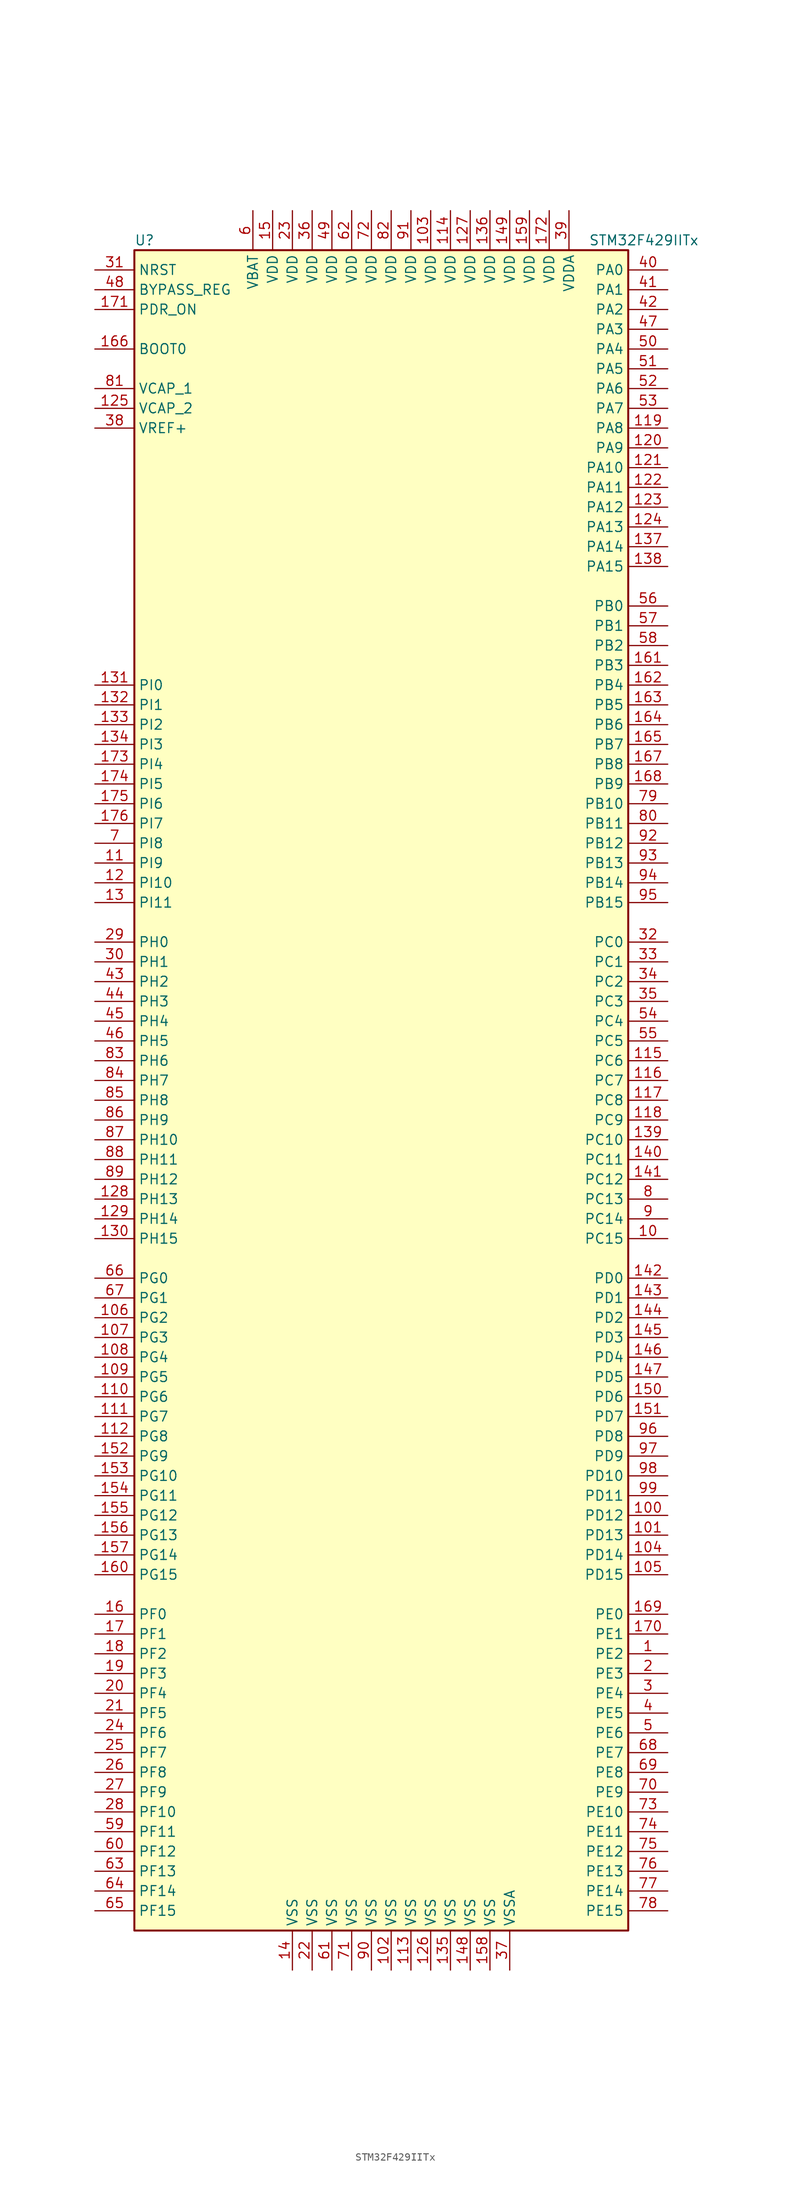
<source format=kicad_sym>
(kicad_symbol_lib
  (version 20211014)
  (generator kicad_symbol_editor)
  (symbol "STM32F429IITx"
    (property "Reference" "U"
      (at -33.02 107.95 0)
      (effects (font (size 1.27 1.27)) (justify left)))
    (property "Value" "STM32F429IITx"
      (at 25.4 107.95 0)
      (effects (font (size 1.27 1.27)) (justify left)))
    (symbol "STM32F429IITx_0_1"
      (rectangle (start -33.02 -109.22) (end 30.48 106.68) (stroke (width 0.254) (type default) (color 0 0 0 0)) (fill (type background))))
    (symbol "STM32F429IITx_1_1"
      (pin bidirectional line (at 35.56 -73.66 180) (length 5.08) (name "PE2" (effects (font (size 1.27 1.27)))) (number "1" (effects (font (size 1.27 1.27)))))
      (pin bidirectional line (at 35.56 -20.32 180) (length 5.08) (name "PC15" (effects (font (size 1.27 1.27)))) (number "10" (effects (font (size 1.27 1.27)))))
      (pin bidirectional line (at 35.56 -55.88 180) (length 5.08) (name "PD12" (effects (font (size 1.27 1.27)))) (number "100" (effects (font (size 1.27 1.27)))))
      (pin bidirectional line (at 35.56 -58.42 180) (length 5.08) (name "PD13" (effects (font (size 1.27 1.27)))) (number "101" (effects (font (size 1.27 1.27)))))
      (pin power_in line (at 0 -114.3 90) (length 5.08) (name "VSS" (effects (font (size 1.27 1.27)))) (number "102" (effects (font (size 1.27 1.27)))))
      (pin power_in line (at 5.08 111.76 270) (length 5.08) (name "VDD" (effects (font (size 1.27 1.27)))) (number "103" (effects (font (size 1.27 1.27)))))
      (pin bidirectional line (at 35.56 -60.96 180) (length 5.08) (name "PD14" (effects (font (size 1.27 1.27)))) (number "104" (effects (font (size 1.27 1.27)))))
      (pin bidirectional line (at 35.56 -63.5 180) (length 5.08) (name "PD15" (effects (font (size 1.27 1.27)))) (number "105" (effects (font (size 1.27 1.27)))))
      (pin bidirectional line (at -38.1 -30.48 0) (length 5.08) (name "PG2" (effects (font (size 1.27 1.27)))) (number "106" (effects (font (size 1.27 1.27)))))
      (pin bidirectional line (at -38.1 -33.02 0) (length 5.08) (name "PG3" (effects (font (size 1.27 1.27)))) (number "107" (effects (font (size 1.27 1.27)))))
      (pin bidirectional line (at -38.1 -35.56 0) (length 5.08) (name "PG4" (effects (font (size 1.27 1.27)))) (number "108" (effects (font (size 1.27 1.27)))))
      (pin bidirectional line (at -38.1 -38.1 0) (length 5.08) (name "PG5" (effects (font (size 1.27 1.27)))) (number "109" (effects (font (size 1.27 1.27)))))
      (pin bidirectional line (at -38.1 27.94 0) (length 5.08) (name "PI9" (effects (font (size 1.27 1.27)))) (number "11" (effects (font (size 1.27 1.27)))))
      (pin bidirectional line (at -38.1 -40.64 0) (length 5.08) (name "PG6" (effects (font (size 1.27 1.27)))) (number "110" (effects (font (size 1.27 1.27)))))
      (pin bidirectional line (at -38.1 -43.18 0) (length 5.08) (name "PG7" (effects (font (size 1.27 1.27)))) (number "111" (effects (font (size 1.27 1.27)))))
      (pin bidirectional line (at -38.1 -45.72 0) (length 5.08) (name "PG8" (effects (font (size 1.27 1.27)))) (number "112" (effects (font (size 1.27 1.27)))))
      (pin power_in line (at 2.54 -114.3 90) (length 5.08) (name "VSS" (effects (font (size 1.27 1.27)))) (number "113" (effects (font (size 1.27 1.27)))))
      (pin power_in line (at 7.62 111.76 270) (length 5.08) (name "VDD" (effects (font (size 1.27 1.27)))) (number "114" (effects (font (size 1.27 1.27)))))
      (pin bidirectional line (at 35.56 2.54 180) (length 5.08) (name "PC6" (effects (font (size 1.27 1.27)))) (number "115" (effects (font (size 1.27 1.27)))))
      (pin bidirectional line (at 35.56 0 180) (length 5.08) (name "PC7" (effects (font (size 1.27 1.27)))) (number "116" (effects (font (size 1.27 1.27)))))
      (pin bidirectional line (at 35.56 -2.54 180) (length 5.08) (name "PC8" (effects (font (size 1.27 1.27)))) (number "117" (effects (font (size 1.27 1.27)))))
      (pin bidirectional line (at 35.56 -5.08 180) (length 5.08) (name "PC9" (effects (font (size 1.27 1.27)))) (number "118" (effects (font (size 1.27 1.27)))))
      (pin bidirectional line (at 35.56 83.82 180) (length 5.08) (name "PA8" (effects (font (size 1.27 1.27)))) (number "119" (effects (font (size 1.27 1.27)))))
      (pin bidirectional line (at -38.1 25.4 0) (length 5.08) (name "PI10" (effects (font (size 1.27 1.27)))) (number "12" (effects (font (size 1.27 1.27)))))
      (pin bidirectional line (at 35.56 81.28 180) (length 5.08) (name "PA9" (effects (font (size 1.27 1.27)))) (number "120" (effects (font (size 1.27 1.27)))))
      (pin bidirectional line (at 35.56 78.74 180) (length 5.08) (name "PA10" (effects (font (size 1.27 1.27)))) (number "121" (effects (font (size 1.27 1.27)))))
      (pin bidirectional line (at 35.56 76.2 180) (length 5.08) (name "PA11" (effects (font (size 1.27 1.27)))) (number "122" (effects (font (size 1.27 1.27)))))
      (pin bidirectional line (at 35.56 73.66 180) (length 5.08) (name "PA12" (effects (font (size 1.27 1.27)))) (number "123" (effects (font (size 1.27 1.27)))))
      (pin bidirectional line (at 35.56 71.12 180) (length 5.08) (name "PA13" (effects (font (size 1.27 1.27)))) (number "124" (effects (font (size 1.27 1.27)))))
      (pin power_in line (at -38.1 86.36 0) (length 5.08) (name "VCAP_2" (effects (font (size 1.27 1.27)))) (number "125" (effects (font (size 1.27 1.27)))))
      (pin power_in line (at 5.08 -114.3 90) (length 5.08) (name "VSS" (effects (font (size 1.27 1.27)))) (number "126" (effects (font (size 1.27 1.27)))))
      (pin power_in line (at 10.16 111.76 270) (length 5.08) (name "VDD" (effects (font (size 1.27 1.27)))) (number "127" (effects (font (size 1.27 1.27)))))
      (pin bidirectional line (at -38.1 -15.24 0) (length 5.08) (name "PH13" (effects (font (size 1.27 1.27)))) (number "128" (effects (font (size 1.27 1.27)))))
      (pin bidirectional line (at -38.1 -17.78 0) (length 5.08) (name "PH14" (effects (font (size 1.27 1.27)))) (number "129" (effects (font (size 1.27 1.27)))))
      (pin bidirectional line (at -38.1 22.86 0) (length 5.08) (name "PI11" (effects (font (size 1.27 1.27)))) (number "13" (effects (font (size 1.27 1.27)))))
      (pin bidirectional line (at -38.1 -20.32 0) (length 5.08) (name "PH15" (effects (font (size 1.27 1.27)))) (number "130" (effects (font (size 1.27 1.27)))))
      (pin bidirectional line (at -38.1 50.8 0) (length 5.08) (name "PI0" (effects (font (size 1.27 1.27)))) (number "131" (effects (font (size 1.27 1.27)))))
      (pin bidirectional line (at -38.1 48.26 0) (length 5.08) (name "PI1" (effects (font (size 1.27 1.27)))) (number "132" (effects (font (size 1.27 1.27)))))
      (pin bidirectional line (at -38.1 45.72 0) (length 5.08) (name "PI2" (effects (font (size 1.27 1.27)))) (number "133" (effects (font (size 1.27 1.27)))))
      (pin bidirectional line (at -38.1 43.18 0) (length 5.08) (name "PI3" (effects (font (size 1.27 1.27)))) (number "134" (effects (font (size 1.27 1.27)))))
      (pin power_in line (at 7.62 -114.3 90) (length 5.08) (name "VSS" (effects (font (size 1.27 1.27)))) (number "135" (effects (font (size 1.27 1.27)))))
      (pin power_in line (at 12.7 111.76 270) (length 5.08) (name "VDD" (effects (font (size 1.27 1.27)))) (number "136" (effects (font (size 1.27 1.27)))))
      (pin bidirectional line (at 35.56 68.58 180) (length 5.08) (name "PA14" (effects (font (size 1.27 1.27)))) (number "137" (effects (font (size 1.27 1.27)))))
      (pin bidirectional line (at 35.56 66.04 180) (length 5.08) (name "PA15" (effects (font (size 1.27 1.27)))) (number "138" (effects (font (size 1.27 1.27)))))
      (pin bidirectional line (at 35.56 -7.62 180) (length 5.08) (name "PC10" (effects (font (size 1.27 1.27)))) (number "139" (effects (font (size 1.27 1.27)))))
      (pin power_in line (at -12.7 -114.3 90) (length 5.08) (name "VSS" (effects (font (size 1.27 1.27)))) (number "14" (effects (font (size 1.27 1.27)))))
      (pin bidirectional line (at 35.56 -10.16 180) (length 5.08) (name "PC11" (effects (font (size 1.27 1.27)))) (number "140" (effects (font (size 1.27 1.27)))))
      (pin bidirectional line (at 35.56 -12.7 180) (length 5.08) (name "PC12" (effects (font (size 1.27 1.27)))) (number "141" (effects (font (size 1.27 1.27)))))
      (pin bidirectional line (at 35.56 -25.4 180) (length 5.08) (name "PD0" (effects (font (size 1.27 1.27)))) (number "142" (effects (font (size 1.27 1.27)))))
      (pin bidirectional line (at 35.56 -27.94 180) (length 5.08) (name "PD1" (effects (font (size 1.27 1.27)))) (number "143" (effects (font (size 1.27 1.27)))))
      (pin bidirectional line (at 35.56 -30.48 180) (length 5.08) (name "PD2" (effects (font (size 1.27 1.27)))) (number "144" (effects (font (size 1.27 1.27)))))
      (pin bidirectional line (at 35.56 -33.02 180) (length 5.08) (name "PD3" (effects (font (size 1.27 1.27)))) (number "145" (effects (font (size 1.27 1.27)))))
      (pin bidirectional line (at 35.56 -35.56 180) (length 5.08) (name "PD4" (effects (font (size 1.27 1.27)))) (number "146" (effects (font (size 1.27 1.27)))))
      (pin bidirectional line (at 35.56 -38.1 180) (length 5.08) (name "PD5" (effects (font (size 1.27 1.27)))) (number "147" (effects (font (size 1.27 1.27)))))
      (pin power_in line (at 10.16 -114.3 90) (length 5.08) (name "VSS" (effects (font (size 1.27 1.27)))) (number "148" (effects (font (size 1.27 1.27)))))
      (pin power_in line (at 15.24 111.76 270) (length 5.08) (name "VDD" (effects (font (size 1.27 1.27)))) (number "149" (effects (font (size 1.27 1.27)))))
      (pin power_in line (at -15.24 111.76 270) (length 5.08) (name "VDD" (effects (font (size 1.27 1.27)))) (number "15" (effects (font (size 1.27 1.27)))))
      (pin bidirectional line (at 35.56 -40.64 180) (length 5.08) (name "PD6" (effects (font (size 1.27 1.27)))) (number "150" (effects (font (size 1.27 1.27)))))
      (pin bidirectional line (at 35.56 -43.18 180) (length 5.08) (name "PD7" (effects (font (size 1.27 1.27)))) (number "151" (effects (font (size 1.27 1.27)))))
      (pin bidirectional line (at -38.1 -48.26 0) (length 5.08) (name "PG9" (effects (font (size 1.27 1.27)))) (number "152" (effects (font (size 1.27 1.27)))))
      (pin bidirectional line (at -38.1 -50.8 0) (length 5.08) (name "PG10" (effects (font (size 1.27 1.27)))) (number "153" (effects (font (size 1.27 1.27)))))
      (pin bidirectional line (at -38.1 -53.34 0) (length 5.08) (name "PG11" (effects (font (size 1.27 1.27)))) (number "154" (effects (font (size 1.27 1.27)))))
      (pin bidirectional line (at -38.1 -55.88 0) (length 5.08) (name "PG12" (effects (font (size 1.27 1.27)))) (number "155" (effects (font (size 1.27 1.27)))))
      (pin bidirectional line (at -38.1 -58.42 0) (length 5.08) (name "PG13" (effects (font (size 1.27 1.27)))) (number "156" (effects (font (size 1.27 1.27)))))
      (pin bidirectional line (at -38.1 -60.96 0) (length 5.08) (name "PG14" (effects (font (size 1.27 1.27)))) (number "157" (effects (font (size 1.27 1.27)))))
      (pin power_in line (at 12.7 -114.3 90) (length 5.08) (name "VSS" (effects (font (size 1.27 1.27)))) (number "158" (effects (font (size 1.27 1.27)))))
      (pin power_in line (at 17.78 111.76 270) (length 5.08) (name "VDD" (effects (font (size 1.27 1.27)))) (number "159" (effects (font (size 1.27 1.27)))))
      (pin bidirectional line (at -38.1 -68.58 0) (length 5.08) (name "PF0" (effects (font (size 1.27 1.27)))) (number "16" (effects (font (size 1.27 1.27)))))
      (pin bidirectional line (at -38.1 -63.5 0) (length 5.08) (name "PG15" (effects (font (size 1.27 1.27)))) (number "160" (effects (font (size 1.27 1.27)))))
      (pin bidirectional line (at 35.56 53.34 180) (length 5.08) (name "PB3" (effects (font (size 1.27 1.27)))) (number "161" (effects (font (size 1.27 1.27)))))
      (pin bidirectional line (at 35.56 50.8 180) (length 5.08) (name "PB4" (effects (font (size 1.27 1.27)))) (number "162" (effects (font (size 1.27 1.27)))))
      (pin bidirectional line (at 35.56 48.26 180) (length 5.08) (name "PB5" (effects (font (size 1.27 1.27)))) (number "163" (effects (font (size 1.27 1.27)))))
      (pin bidirectional line (at 35.56 45.72 180) (length 5.08) (name "PB6" (effects (font (size 1.27 1.27)))) (number "164" (effects (font (size 1.27 1.27)))))
      (pin bidirectional line (at 35.56 43.18 180) (length 5.08) (name "PB7" (effects (font (size 1.27 1.27)))) (number "165" (effects (font (size 1.27 1.27)))))
      (pin input line (at -38.1 93.98 0) (length 5.08) (name "BOOT0" (effects (font (size 1.27 1.27)))) (number "166" (effects (font (size 1.27 1.27)))))
      (pin bidirectional line (at 35.56 40.64 180) (length 5.08) (name "PB8" (effects (font (size 1.27 1.27)))) (number "167" (effects (font (size 1.27 1.27)))))
      (pin bidirectional line (at 35.56 38.1 180) (length 5.08) (name "PB9" (effects (font (size 1.27 1.27)))) (number "168" (effects (font (size 1.27 1.27)))))
      (pin bidirectional line (at 35.56 -68.58 180) (length 5.08) (name "PE0" (effects (font (size 1.27 1.27)))) (number "169" (effects (font (size 1.27 1.27)))))
      (pin bidirectional line (at -38.1 -71.12 0) (length 5.08) (name "PF1" (effects (font (size 1.27 1.27)))) (number "17" (effects (font (size 1.27 1.27)))))
      (pin bidirectional line (at 35.56 -71.12 180) (length 5.08) (name "PE1" (effects (font (size 1.27 1.27)))) (number "170" (effects (font (size 1.27 1.27)))))
      (pin input line (at -38.1 99.06 0) (length 5.08) (name "PDR_ON" (effects (font (size 1.27 1.27)))) (number "171" (effects (font (size 1.27 1.27)))))
      (pin power_in line (at 20.32 111.76 270) (length 5.08) (name "VDD" (effects (font (size 1.27 1.27)))) (number "172" (effects (font (size 1.27 1.27)))))
      (pin bidirectional line (at -38.1 40.64 0) (length 5.08) (name "PI4" (effects (font (size 1.27 1.27)))) (number "173" (effects (font (size 1.27 1.27)))))
      (pin bidirectional line (at -38.1 38.1 0) (length 5.08) (name "PI5" (effects (font (size 1.27 1.27)))) (number "174" (effects (font (size 1.27 1.27)))))
      (pin bidirectional line (at -38.1 35.56 0) (length 5.08) (name "PI6" (effects (font (size 1.27 1.27)))) (number "175" (effects (font (size 1.27 1.27)))))
      (pin bidirectional line (at -38.1 33.02 0) (length 5.08) (name "PI7" (effects (font (size 1.27 1.27)))) (number "176" (effects (font (size 1.27 1.27)))))
      (pin bidirectional line (at -38.1 -73.66 0) (length 5.08) (name "PF2" (effects (font (size 1.27 1.27)))) (number "18" (effects (font (size 1.27 1.27)))))
      (pin bidirectional line (at -38.1 -76.2 0) (length 5.08) (name "PF3" (effects (font (size 1.27 1.27)))) (number "19" (effects (font (size 1.27 1.27)))))
      (pin bidirectional line (at 35.56 -76.2 180) (length 5.08) (name "PE3" (effects (font (size 1.27 1.27)))) (number "2" (effects (font (size 1.27 1.27)))))
      (pin bidirectional line (at -38.1 -78.74 0) (length 5.08) (name "PF4" (effects (font (size 1.27 1.27)))) (number "20" (effects (font (size 1.27 1.27)))))
      (pin bidirectional line (at -38.1 -81.28 0) (length 5.08) (name "PF5" (effects (font (size 1.27 1.27)))) (number "21" (effects (font (size 1.27 1.27)))))
      (pin power_in line (at -10.16 -114.3 90) (length 5.08) (name "VSS" (effects (font (size 1.27 1.27)))) (number "22" (effects (font (size 1.27 1.27)))))
      (pin power_in line (at -12.7 111.76 270) (length 5.08) (name "VDD" (effects (font (size 1.27 1.27)))) (number "23" (effects (font (size 1.27 1.27)))))
      (pin bidirectional line (at -38.1 -83.82 0) (length 5.08) (name "PF6" (effects (font (size 1.27 1.27)))) (number "24" (effects (font (size 1.27 1.27)))))
      (pin bidirectional line (at -38.1 -86.36 0) (length 5.08) (name "PF7" (effects (font (size 1.27 1.27)))) (number "25" (effects (font (size 1.27 1.27)))))
      (pin bidirectional line (at -38.1 -88.9 0) (length 5.08) (name "PF8" (effects (font (size 1.27 1.27)))) (number "26" (effects (font (size 1.27 1.27)))))
      (pin bidirectional line (at -38.1 -91.44 0) (length 5.08) (name "PF9" (effects (font (size 1.27 1.27)))) (number "27" (effects (font (size 1.27 1.27)))))
      (pin bidirectional line (at -38.1 -93.98 0) (length 5.08) (name "PF10" (effects (font (size 1.27 1.27)))) (number "28" (effects (font (size 1.27 1.27)))))
      (pin input line (at -38.1 17.78 0) (length 5.08) (name "PH0" (effects (font (size 1.27 1.27)))) (number "29" (effects (font (size 1.27 1.27)))))
      (pin bidirectional line (at 35.56 -78.74 180) (length 5.08) (name "PE4" (effects (font (size 1.27 1.27)))) (number "3" (effects (font (size 1.27 1.27)))))
      (pin input line (at -38.1 15.24 0) (length 5.08) (name "PH1" (effects (font (size 1.27 1.27)))) (number "30" (effects (font (size 1.27 1.27)))))
      (pin input line (at -38.1 104.14 0) (length 5.08) (name "NRST" (effects (font (size 1.27 1.27)))) (number "31" (effects (font (size 1.27 1.27)))))
      (pin bidirectional line (at 35.56 17.78 180) (length 5.08) (name "PC0" (effects (font (size 1.27 1.27)))) (number "32" (effects (font (size 1.27 1.27)))))
      (pin bidirectional line (at 35.56 15.24 180) (length 5.08) (name "PC1" (effects (font (size 1.27 1.27)))) (number "33" (effects (font (size 1.27 1.27)))))
      (pin bidirectional line (at 35.56 12.7 180) (length 5.08) (name "PC2" (effects (font (size 1.27 1.27)))) (number "34" (effects (font (size 1.27 1.27)))))
      (pin bidirectional line (at 35.56 10.16 180) (length 5.08) (name "PC3" (effects (font (size 1.27 1.27)))) (number "35" (effects (font (size 1.27 1.27)))))
      (pin power_in line (at -10.16 111.76 270) (length 5.08) (name "VDD" (effects (font (size 1.27 1.27)))) (number "36" (effects (font (size 1.27 1.27)))))
      (pin power_in line (at 15.24 -114.3 90) (length 5.08) (name "VSSA" (effects (font (size 1.27 1.27)))) (number "37" (effects (font (size 1.27 1.27)))))
      (pin power_in line (at -38.1 83.82 0) (length 5.08) (name "VREF+" (effects (font (size 1.27 1.27)))) (number "38" (effects (font (size 1.27 1.27)))))
      (pin power_in line (at 22.86 111.76 270) (length 5.08) (name "VDDA" (effects (font (size 1.27 1.27)))) (number "39" (effects (font (size 1.27 1.27)))))
      (pin bidirectional line (at 35.56 -81.28 180) (length 5.08) (name "PE5" (effects (font (size 1.27 1.27)))) (number "4" (effects (font (size 1.27 1.27)))))
      (pin bidirectional line (at 35.56 104.14 180) (length 5.08) (name "PA0" (effects (font (size 1.27 1.27)))) (number "40" (effects (font (size 1.27 1.27)))))
      (pin bidirectional line (at 35.56 101.6 180) (length 5.08) (name "PA1" (effects (font (size 1.27 1.27)))) (number "41" (effects (font (size 1.27 1.27)))))
      (pin bidirectional line (at 35.56 99.06 180) (length 5.08) (name "PA2" (effects (font (size 1.27 1.27)))) (number "42" (effects (font (size 1.27 1.27)))))
      (pin bidirectional line (at -38.1 12.7 0) (length 5.08) (name "PH2" (effects (font (size 1.27 1.27)))) (number "43" (effects (font (size 1.27 1.27)))))
      (pin bidirectional line (at -38.1 10.16 0) (length 5.08) (name "PH3" (effects (font (size 1.27 1.27)))) (number "44" (effects (font (size 1.27 1.27)))))
      (pin bidirectional line (at -38.1 7.62 0) (length 5.08) (name "PH4" (effects (font (size 1.27 1.27)))) (number "45" (effects (font (size 1.27 1.27)))))
      (pin bidirectional line (at -38.1 5.08 0) (length 5.08) (name "PH5" (effects (font (size 1.27 1.27)))) (number "46" (effects (font (size 1.27 1.27)))))
      (pin bidirectional line (at 35.56 96.52 180) (length 5.08) (name "PA3" (effects (font (size 1.27 1.27)))) (number "47" (effects (font (size 1.27 1.27)))))
      (pin input line (at -38.1 101.6 0) (length 5.08) (name "BYPASS_REG" (effects (font (size 1.27 1.27)))) (number "48" (effects (font (size 1.27 1.27)))))
      (pin power_in line (at -7.62 111.76 270) (length 5.08) (name "VDD" (effects (font (size 1.27 1.27)))) (number "49" (effects (font (size 1.27 1.27)))))
      (pin bidirectional line (at 35.56 -83.82 180) (length 5.08) (name "PE6" (effects (font (size 1.27 1.27)))) (number "5" (effects (font (size 1.27 1.27)))))
      (pin bidirectional line (at 35.56 93.98 180) (length 5.08) (name "PA4" (effects (font (size 1.27 1.27)))) (number "50" (effects (font (size 1.27 1.27)))))
      (pin bidirectional line (at 35.56 91.44 180) (length 5.08) (name "PA5" (effects (font (size 1.27 1.27)))) (number "51" (effects (font (size 1.27 1.27)))))
      (pin bidirectional line (at 35.56 88.9 180) (length 5.08) (name "PA6" (effects (font (size 1.27 1.27)))) (number "52" (effects (font (size 1.27 1.27)))))
      (pin bidirectional line (at 35.56 86.36 180) (length 5.08) (name "PA7" (effects (font (size 1.27 1.27)))) (number "53" (effects (font (size 1.27 1.27)))))
      (pin bidirectional line (at 35.56 7.62 180) (length 5.08) (name "PC4" (effects (font (size 1.27 1.27)))) (number "54" (effects (font (size 1.27 1.27)))))
      (pin bidirectional line (at 35.56 5.08 180) (length 5.08) (name "PC5" (effects (font (size 1.27 1.27)))) (number "55" (effects (font (size 1.27 1.27)))))
      (pin bidirectional line (at 35.56 60.96 180) (length 5.08) (name "PB0" (effects (font (size 1.27 1.27)))) (number "56" (effects (font (size 1.27 1.27)))))
      (pin bidirectional line (at 35.56 58.42 180) (length 5.08) (name "PB1" (effects (font (size 1.27 1.27)))) (number "57" (effects (font (size 1.27 1.27)))))
      (pin bidirectional line (at 35.56 55.88 180) (length 5.08) (name "PB2" (effects (font (size 1.27 1.27)))) (number "58" (effects (font (size 1.27 1.27)))))
      (pin bidirectional line (at -38.1 -96.52 0) (length 5.08) (name "PF11" (effects (font (size 1.27 1.27)))) (number "59" (effects (font (size 1.27 1.27)))))
      (pin power_in line (at -17.78 111.76 270) (length 5.08) (name "VBAT" (effects (font (size 1.27 1.27)))) (number "6" (effects (font (size 1.27 1.27)))))
      (pin bidirectional line (at -38.1 -99.06 0) (length 5.08) (name "PF12" (effects (font (size 1.27 1.27)))) (number "60" (effects (font (size 1.27 1.27)))))
      (pin power_in line (at -7.62 -114.3 90) (length 5.08) (name "VSS" (effects (font (size 1.27 1.27)))) (number "61" (effects (font (size 1.27 1.27)))))
      (pin power_in line (at -5.08 111.76 270) (length 5.08) (name "VDD" (effects (font (size 1.27 1.27)))) (number "62" (effects (font (size 1.27 1.27)))))
      (pin bidirectional line (at -38.1 -101.6 0) (length 5.08) (name "PF13" (effects (font (size 1.27 1.27)))) (number "63" (effects (font (size 1.27 1.27)))))
      (pin bidirectional line (at -38.1 -104.14 0) (length 5.08) (name "PF14" (effects (font (size 1.27 1.27)))) (number "64" (effects (font (size 1.27 1.27)))))
      (pin bidirectional line (at -38.1 -106.68 0) (length 5.08) (name "PF15" (effects (font (size 1.27 1.27)))) (number "65" (effects (font (size 1.27 1.27)))))
      (pin bidirectional line (at -38.1 -25.4 0) (length 5.08) (name "PG0" (effects (font (size 1.27 1.27)))) (number "66" (effects (font (size 1.27 1.27)))))
      (pin bidirectional line (at -38.1 -27.94 0) (length 5.08) (name "PG1" (effects (font (size 1.27 1.27)))) (number "67" (effects (font (size 1.27 1.27)))))
      (pin bidirectional line (at 35.56 -86.36 180) (length 5.08) (name "PE7" (effects (font (size 1.27 1.27)))) (number "68" (effects (font (size 1.27 1.27)))))
      (pin bidirectional line (at 35.56 -88.9 180) (length 5.08) (name "PE8" (effects (font (size 1.27 1.27)))) (number "69" (effects (font (size 1.27 1.27)))))
      (pin bidirectional line (at -38.1 30.48 0) (length 5.08) (name "PI8" (effects (font (size 1.27 1.27)))) (number "7" (effects (font (size 1.27 1.27)))))
      (pin bidirectional line (at 35.56 -91.44 180) (length 5.08) (name "PE9" (effects (font (size 1.27 1.27)))) (number "70" (effects (font (size 1.27 1.27)))))
      (pin power_in line (at -5.08 -114.3 90) (length 5.08) (name "VSS" (effects (font (size 1.27 1.27)))) (number "71" (effects (font (size 1.27 1.27)))))
      (pin power_in line (at -2.54 111.76 270) (length 5.08) (name "VDD" (effects (font (size 1.27 1.27)))) (number "72" (effects (font (size 1.27 1.27)))))
      (pin bidirectional line (at 35.56 -93.98 180) (length 5.08) (name "PE10" (effects (font (size 1.27 1.27)))) (number "73" (effects (font (size 1.27 1.27)))))
      (pin bidirectional line (at 35.56 -96.52 180) (length 5.08) (name "PE11" (effects (font (size 1.27 1.27)))) (number "74" (effects (font (size 1.27 1.27)))))
      (pin bidirectional line (at 35.56 -99.06 180) (length 5.08) (name "PE12" (effects (font (size 1.27 1.27)))) (number "75" (effects (font (size 1.27 1.27)))))
      (pin bidirectional line (at 35.56 -101.6 180) (length 5.08) (name "PE13" (effects (font (size 1.27 1.27)))) (number "76" (effects (font (size 1.27 1.27)))))
      (pin bidirectional line (at 35.56 -104.14 180) (length 5.08) (name "PE14" (effects (font (size 1.27 1.27)))) (number "77" (effects (font (size 1.27 1.27)))))
      (pin bidirectional line (at 35.56 -106.68 180) (length 5.08) (name "PE15" (effects (font (size 1.27 1.27)))) (number "78" (effects (font (size 1.27 1.27)))))
      (pin bidirectional line (at 35.56 35.56 180) (length 5.08) (name "PB10" (effects (font (size 1.27 1.27)))) (number "79" (effects (font (size 1.27 1.27)))))
      (pin bidirectional line (at 35.56 -15.24 180) (length 5.08) (name "PC13" (effects (font (size 1.27 1.27)))) (number "8" (effects (font (size 1.27 1.27)))))
      (pin bidirectional line (at 35.56 33.02 180) (length 5.08) (name "PB11" (effects (font (size 1.27 1.27)))) (number "80" (effects (font (size 1.27 1.27)))))
      (pin power_in line (at -38.1 88.9 0) (length 5.08) (name "VCAP_1" (effects (font (size 1.27 1.27)))) (number "81" (effects (font (size 1.27 1.27)))))
      (pin power_in line (at 0 111.76 270) (length 5.08) (name "VDD" (effects (font (size 1.27 1.27)))) (number "82" (effects (font (size 1.27 1.27)))))
      (pin bidirectional line (at -38.1 2.54 0) (length 5.08) (name "PH6" (effects (font (size 1.27 1.27)))) (number "83" (effects (font (size 1.27 1.27)))))
      (pin bidirectional line (at -38.1 0 0) (length 5.08) (name "PH7" (effects (font (size 1.27 1.27)))) (number "84" (effects (font (size 1.27 1.27)))))
      (pin bidirectional line (at -38.1 -2.54 0) (length 5.08) (name "PH8" (effects (font (size 1.27 1.27)))) (number "85" (effects (font (size 1.27 1.27)))))
      (pin bidirectional line (at -38.1 -5.08 0) (length 5.08) (name "PH9" (effects (font (size 1.27 1.27)))) (number "86" (effects (font (size 1.27 1.27)))))
      (pin bidirectional line (at -38.1 -7.62 0) (length 5.08) (name "PH10" (effects (font (size 1.27 1.27)))) (number "87" (effects (font (size 1.27 1.27)))))
      (pin bidirectional line (at -38.1 -10.16 0) (length 5.08) (name "PH11" (effects (font (size 1.27 1.27)))) (number "88" (effects (font (size 1.27 1.27)))))
      (pin bidirectional line (at -38.1 -12.7 0) (length 5.08) (name "PH12" (effects (font (size 1.27 1.27)))) (number "89" (effects (font (size 1.27 1.27)))))
      (pin bidirectional line (at 35.56 -17.78 180) (length 5.08) (name "PC14" (effects (font (size 1.27 1.27)))) (number "9" (effects (font (size 1.27 1.27)))))
      (pin power_in line (at -2.54 -114.3 90) (length 5.08) (name "VSS" (effects (font (size 1.27 1.27)))) (number "90" (effects (font (size 1.27 1.27)))))
      (pin power_in line (at 2.54 111.76 270) (length 5.08) (name "VDD" (effects (font (size 1.27 1.27)))) (number "91" (effects (font (size 1.27 1.27)))))
      (pin bidirectional line (at 35.56 30.48 180) (length 5.08) (name "PB12" (effects (font (size 1.27 1.27)))) (number "92" (effects (font (size 1.27 1.27)))))
      (pin bidirectional line (at 35.56 27.94 180) (length 5.08) (name "PB13" (effects (font (size 1.27 1.27)))) (number "93" (effects (font (size 1.27 1.27)))))
      (pin bidirectional line (at 35.56 25.4 180) (length 5.08) (name "PB14" (effects (font (size 1.27 1.27)))) (number "94" (effects (font (size 1.27 1.27)))))
      (pin bidirectional line (at 35.56 22.86 180) (length 5.08) (name "PB15" (effects (font (size 1.27 1.27)))) (number "95" (effects (font (size 1.27 1.27)))))
      (pin bidirectional line (at 35.56 -45.72 180) (length 5.08) (name "PD8" (effects (font (size 1.27 1.27)))) (number "96" (effects (font (size 1.27 1.27)))))
      (pin bidirectional line (at 35.56 -48.26 180) (length 5.08) (name "PD9" (effects (font (size 1.27 1.27)))) (number "97" (effects (font (size 1.27 1.27)))))
      (pin bidirectional line (at 35.56 -50.8 180) (length 5.08) (name "PD10" (effects (font (size 1.27 1.27)))) (number "98" (effects (font (size 1.27 1.27)))))
      (pin bidirectional line (at 35.56 -53.34 180) (length 5.08) (name "PD11" (effects (font (size 1.27 1.27)))) (number "99" (effects (font (size 1.27 1.27))))))))
</source>
